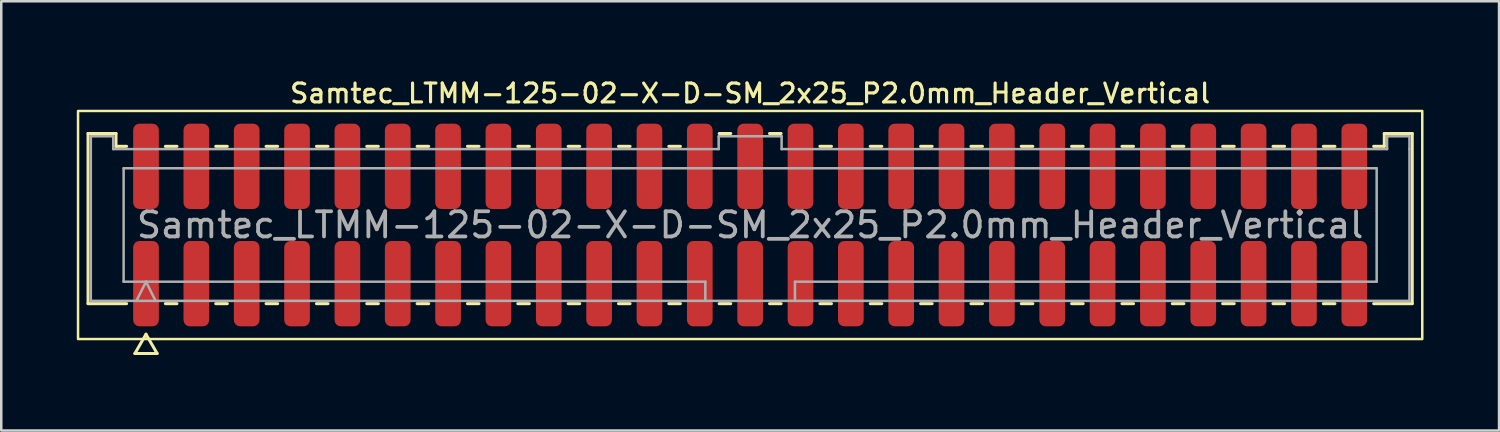
<source format=kicad_pcb>
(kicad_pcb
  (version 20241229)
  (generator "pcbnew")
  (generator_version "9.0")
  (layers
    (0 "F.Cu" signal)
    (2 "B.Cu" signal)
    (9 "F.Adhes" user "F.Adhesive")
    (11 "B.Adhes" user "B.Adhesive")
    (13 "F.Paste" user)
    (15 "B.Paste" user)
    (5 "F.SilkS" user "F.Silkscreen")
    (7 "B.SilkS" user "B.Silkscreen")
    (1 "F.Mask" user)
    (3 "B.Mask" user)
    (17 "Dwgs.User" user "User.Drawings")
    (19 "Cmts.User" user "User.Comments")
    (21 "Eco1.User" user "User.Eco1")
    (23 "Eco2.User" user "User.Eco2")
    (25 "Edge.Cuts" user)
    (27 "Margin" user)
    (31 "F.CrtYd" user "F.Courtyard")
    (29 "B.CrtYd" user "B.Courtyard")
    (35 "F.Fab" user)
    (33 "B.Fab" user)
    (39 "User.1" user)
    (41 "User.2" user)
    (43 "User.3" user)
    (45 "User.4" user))
  (footprint "Samtec_LTMM-125-02-X-D-SM_2x25_P2.0mm_Header_Vertical"
    (layer "F.Cu")
    (at 26.75 5.888)
    (property "Reference" "Samtec_LTMM-125-02-X-D-SM_2x25_P2.0mm_Header_Vertical" (at 0 -5.23 0) (layer "F.SilkS") (effects (font (size 0.75 0.75) (thickness 0.125))))
    (attr smd)
    (fp_line (start -26.302 -3.635) (end -25.192 -3.635) (stroke (width 0.12) (type solid)) (layer "F.SilkS"))
    (fp_line (start -26.302 3.125) (end -26.302 -3.635) (stroke (width 0.12) (type solid)) (layer "F.SilkS"))
    (fp_line (start -25.192 -3.635) (end -25.192 -3.125) (stroke (width 0.12) (type solid)) (layer "F.SilkS"))
    (fp_line (start -25.192 -3.125) (end -24.77 -3.125) (stroke (width 0.12) (type solid)) (layer "F.SilkS"))
    (fp_line (start -24.77 3.125) (end -26.302 3.125) (stroke (width 0.12) (type solid)) (layer "F.SilkS"))
    (fp_line (start -24.442 5.105) (end -24 4.34) (stroke (width 0.12) (type solid)) (layer "F.SilkS"))
    (fp_line (start -24 4.34) (end -23.558 5.105) (stroke (width 0.12) (type solid)) (layer "F.SilkS"))
    (fp_line (start -23.558 5.105) (end -24.442 5.105) (stroke (width 0.12) (type solid)) (layer "F.SilkS"))
    (fp_line (start -23.23 -3.125) (end -22.77 -3.125) (stroke (width 0.12) (type solid)) (layer "F.SilkS"))
    (fp_line (start -22.77 3.125) (end -23.23 3.125) (stroke (width 0.12) (type solid)) (layer "F.SilkS"))
    (fp_line (start -21.23 -3.125) (end -20.77 -3.125) (stroke (width 0.12) (type solid)) (layer "F.SilkS"))
    (fp_line (start -20.77 3.125) (end -21.23 3.125) (stroke (width 0.12) (type solid)) (layer "F.SilkS"))
    (fp_line (start -19.23 -3.125) (end -18.77 -3.125) (stroke (width 0.12) (type solid)) (layer "F.SilkS"))
    (fp_line (start -18.77 3.125) (end -19.23 3.125) (stroke (width 0.12) (type solid)) (layer "F.SilkS"))
    (fp_line (start -17.23 -3.125) (end -16.77 -3.125) (stroke (width 0.12) (type solid)) (layer "F.SilkS"))
    (fp_line (start -16.77 3.125) (end -17.23 3.125) (stroke (width 0.12) (type solid)) (layer "F.SilkS"))
    (fp_line (start -15.23 -3.125) (end -14.77 -3.125) (stroke (width 0.12) (type solid)) (layer "F.SilkS"))
    (fp_line (start -14.77 3.125) (end -15.23 3.125) (stroke (width 0.12) (type solid)) (layer "F.SilkS"))
    (fp_line (start -13.23 -3.125) (end -12.77 -3.125) (stroke (width 0.12) (type solid)) (layer "F.SilkS"))
    (fp_line (start -12.77 3.125) (end -13.23 3.125) (stroke (width 0.12) (type solid)) (layer "F.SilkS"))
    (fp_line (start -11.23 -3.125) (end -10.77 -3.125) (stroke (width 0.12) (type solid)) (layer "F.SilkS"))
    (fp_line (start -10.77 3.125) (end -11.23 3.125) (stroke (width 0.12) (type solid)) (layer "F.SilkS"))
    (fp_line (start -9.23 -3.125) (end -8.77 -3.125) (stroke (width 0.12) (type solid)) (layer "F.SilkS"))
    (fp_line (start -8.77 3.125) (end -9.23 3.125) (stroke (width 0.12) (type solid)) (layer "F.SilkS"))
    (fp_line (start -7.23 -3.125) (end -6.77 -3.125) (stroke (width 0.12) (type solid)) (layer "F.SilkS"))
    (fp_line (start -6.77 3.125) (end -7.23 3.125) (stroke (width 0.12) (type solid)) (layer "F.SilkS"))
    (fp_line (start -5.23 -3.125) (end -4.77 -3.125) (stroke (width 0.12) (type solid)) (layer "F.SilkS"))
    (fp_line (start -4.77 3.125) (end -5.23 3.125) (stroke (width 0.12) (type solid)) (layer "F.SilkS"))
    (fp_line (start -3.23 -3.125) (end -2.77 -3.125) (stroke (width 0.12) (type solid)) (layer "F.SilkS"))
    (fp_line (start -2.77 3.125) (end -3.23 3.125) (stroke (width 0.12) (type solid)) (layer "F.SilkS"))
    (fp_line (start -1.23 -3.635) (end -0.77 -3.635) (stroke (width 0.12) (type solid)) (layer "F.SilkS"))
    (fp_line (start -0.77 3.125) (end -1.23 3.125) (stroke (width 0.12) (type solid)) (layer "F.SilkS"))
    (fp_line (start 0.77 -3.635) (end 1.23 -3.635) (stroke (width 0.12) (type solid)) (layer "F.SilkS"))
    (fp_line (start 1.23 3.125) (end 0.77 3.125) (stroke (width 0.12) (type solid)) (layer "F.SilkS"))
    (fp_line (start 2.77 -3.125) (end 3.23 -3.125) (stroke (width 0.12) (type solid)) (layer "F.SilkS"))
    (fp_line (start 3.23 3.125) (end 2.77 3.125) (stroke (width 0.12) (type solid)) (layer "F.SilkS"))
    (fp_line (start 4.77 -3.125) (end 5.23 -3.125) (stroke (width 0.12) (type solid)) (layer "F.SilkS"))
    (fp_line (start 5.23 3.125) (end 4.77 3.125) (stroke (width 0.12) (type solid)) (layer "F.SilkS"))
    (fp_line (start 6.77 -3.125) (end 7.23 -3.125) (stroke (width 0.12) (type solid)) (layer "F.SilkS"))
    (fp_line (start 7.23 3.125) (end 6.77 3.125) (stroke (width 0.12) (type solid)) (layer "F.SilkS"))
    (fp_line (start 8.77 -3.125) (end 9.23 -3.125) (stroke (width 0.12) (type solid)) (layer "F.SilkS"))
    (fp_line (start 9.23 3.125) (end 8.77 3.125) (stroke (width 0.12) (type solid)) (layer "F.SilkS"))
    (fp_line (start 10.77 -3.125) (end 11.23 -3.125) (stroke (width 0.12) (type solid)) (layer "F.SilkS"))
    (fp_line (start 11.23 3.125) (end 10.77 3.125) (stroke (width 0.12) (type solid)) (layer "F.SilkS"))
    (fp_line (start 12.77 -3.125) (end 13.23 -3.125) (stroke (width 0.12) (type solid)) (layer "F.SilkS"))
    (fp_line (start 13.23 3.125) (end 12.77 3.125) (stroke (width 0.12) (type solid)) (layer "F.SilkS"))
    (fp_line (start 14.77 -3.125) (end 15.23 -3.125) (stroke (width 0.12) (type solid)) (layer "F.SilkS"))
    (fp_line (start 15.23 3.125) (end 14.77 3.125) (stroke (width 0.12) (type solid)) (layer "F.SilkS"))
    (fp_line (start 16.77 -3.125) (end 17.23 -3.125) (stroke (width 0.12) (type solid)) (layer "F.SilkS"))
    (fp_line (start 17.23 3.125) (end 16.77 3.125) (stroke (width 0.12) (type solid)) (layer "F.SilkS"))
    (fp_line (start 18.77 -3.125) (end 19.23 -3.125) (stroke (width 0.12) (type solid)) (layer "F.SilkS"))
    (fp_line (start 19.23 3.125) (end 18.77 3.125) (stroke (width 0.12) (type solid)) (layer "F.SilkS"))
    (fp_line (start 20.77 -3.125) (end 21.23 -3.125) (stroke (width 0.12) (type solid)) (layer "F.SilkS"))
    (fp_line (start 21.23 3.125) (end 20.77 3.125) (stroke (width 0.12) (type solid)) (layer "F.SilkS"))
    (fp_line (start 22.77 -3.125) (end 23.23 -3.125) (stroke (width 0.12) (type solid)) (layer "F.SilkS"))
    (fp_line (start 23.23 3.125) (end 22.77 3.125) (stroke (width 0.12) (type solid)) (layer "F.SilkS"))
    (fp_line (start 24.77 -3.125) (end 25.192 -3.125) (stroke (width 0.12) (type solid)) (layer "F.SilkS"))
    (fp_line (start 25.192 -3.635) (end 26.302 -3.635) (stroke (width 0.12) (type solid)) (layer "F.SilkS"))
    (fp_line (start 25.192 -3.125) (end 25.192 -3.635) (stroke (width 0.12) (type solid)) (layer "F.SilkS"))
    (fp_line (start 26.302 -3.635) (end 26.302 3.125) (stroke (width 0.12) (type solid)) (layer "F.SilkS"))
    (fp_line (start 26.302 3.125) (end 24.77 3.125) (stroke (width 0.12) (type solid)) (layer "F.SilkS"))
    (fp_rect (start -26.7 -4.53) (end 26.7 4.53) (stroke (width 0.1) (type solid)) (fill no) (layer "F.SilkS"))
    (fp_line (start -26.192 -3.525) (end -25.302 -3.525) (stroke (width 0.1) (type solid)) (layer "F.Fab"))
    (fp_line (start -26.192 3.015) (end -26.192 -3.525) (stroke (width 0.1) (type solid)) (layer "F.Fab"))
    (fp_line (start -25.302 -3.525) (end -25.302 -3.015) (stroke (width 0.1) (type solid)) (layer "F.Fab"))
    (fp_line (start -25.302 -3.015) (end -1.25 -3.015) (stroke (width 0.1) (type solid)) (layer "F.Fab"))
    (fp_line (start -24.889 -2.253) (end 24.889 -2.253) (stroke (width 0.1) (type solid)) (layer "F.Fab"))
    (fp_line (start -24.889 2.253) (end -24.889 -2.253) (stroke (width 0.1) (type solid)) (layer "F.Fab"))
    (fp_line (start -24.381 3.015) (end -24 2.253) (stroke (width 0.1) (type solid)) (layer "F.Fab"))
    (fp_line (start -24 2.253) (end -23.619 3.015) (stroke (width 0.1) (type solid)) (layer "F.Fab"))
    (fp_line (start -1.78 2.253) (end -24.889 2.253) (stroke (width 0.1) (type solid)) (layer "F.Fab"))
    (fp_line (start -1.78 3.015) (end -1.78 2.253) (stroke (width 0.1) (type solid)) (layer "F.Fab"))
    (fp_line (start -1.25 -3.525) (end 1.25 -3.525) (stroke (width 0.1) (type solid)) (layer "F.Fab"))
    (fp_line (start -1.25 -3.015) (end -1.25 -3.525) (stroke (width 0.1) (type solid)) (layer "F.Fab"))
    (fp_line (start 1.25 -3.525) (end 1.25 -3.015) (stroke (width 0.1) (type solid)) (layer "F.Fab"))
    (fp_line (start 1.25 -3.015) (end 25.302 -3.015) (stroke (width 0.1) (type solid)) (layer "F.Fab"))
    (fp_line (start 1.78 2.253) (end 1.78 3.015) (stroke (width 0.1) (type solid)) (layer "F.Fab"))
    (fp_line (start 24.889 -2.253) (end 24.889 2.253) (stroke (width 0.1) (type solid)) (layer "F.Fab"))
    (fp_line (start 24.889 2.253) (end 1.78 2.253) (stroke (width 0.1) (type solid)) (layer "F.Fab"))
    (fp_line (start 25.302 -3.525) (end 26.192 -3.525) (stroke (width 0.1) (type solid)) (layer "F.Fab"))
    (fp_line (start 25.302 -3.015) (end 25.302 -3.525) (stroke (width 0.1) (type solid)) (layer "F.Fab"))
    (fp_line (start 26.192 -3.525) (end 26.192 -3.015) (stroke (width 0.1) (type solid)) (layer "F.Fab"))
    (fp_line (start 26.192 -3.015) (end 26.192 3.015) (stroke (width 0.1) (type solid)) (layer "F.Fab"))
    (fp_line (start 26.192 3.015) (end -26.192 3.015) (stroke (width 0.1) (type solid)) (layer "F.Fab"))
    (fp_text user "${REFERENCE}" (at 0 0 0) (layer "F.Fab") (effects (font (size 1 1) (thickness 0.15))))
    (pad "1" smd roundrect (at -24 2.33) (size 1.02 3.39) (layers "F.Cu" "F.Mask" "F.Paste") (roundrect_rratio 0.245))
    (pad "2" smd roundrect (at -24 -2.33) (size 1.02 3.39) (layers "F.Cu" "F.Mask" "F.Paste") (roundrect_rratio 0.245))
    (pad "3" smd roundrect (at -22 2.33) (size 1.02 3.39) (layers "F.Cu" "F.Mask" "F.Paste") (roundrect_rratio 0.245))
    (pad "4" smd roundrect (at -22 -2.33) (size 1.02 3.39) (layers "F.Cu" "F.Mask" "F.Paste") (roundrect_rratio 0.245))
    (pad "5" smd roundrect (at -20 2.33) (size 1.02 3.39) (layers "F.Cu" "F.Mask" "F.Paste") (roundrect_rratio 0.245))
    (pad "6" smd roundrect (at -20 -2.33) (size 1.02 3.39) (layers "F.Cu" "F.Mask" "F.Paste") (roundrect_rratio 0.245))
    (pad "7" smd roundrect (at -18 2.33) (size 1.02 3.39) (layers "F.Cu" "F.Mask" "F.Paste") (roundrect_rratio 0.245))
    (pad "8" smd roundrect (at -18 -2.33) (size 1.02 3.39) (layers "F.Cu" "F.Mask" "F.Paste") (roundrect_rratio 0.245))
    (pad "9" smd roundrect (at -16 2.33) (size 1.02 3.39) (layers "F.Cu" "F.Mask" "F.Paste") (roundrect_rratio 0.245))
    (pad "10" smd roundrect (at -16 -2.33) (size 1.02 3.39) (layers "F.Cu" "F.Mask" "F.Paste") (roundrect_rratio 0.245))
    (pad "11" smd roundrect (at -14 2.33) (size 1.02 3.39) (layers "F.Cu" "F.Mask" "F.Paste") (roundrect_rratio 0.245))
    (pad "12" smd roundrect (at -14 -2.33) (size 1.02 3.39) (layers "F.Cu" "F.Mask" "F.Paste") (roundrect_rratio 0.245))
    (pad "13" smd roundrect (at -12 2.33) (size 1.02 3.39) (layers "F.Cu" "F.Mask" "F.Paste") (roundrect_rratio 0.245))
    (pad "14" smd roundrect (at -12 -2.33) (size 1.02 3.39) (layers "F.Cu" "F.Mask" "F.Paste") (roundrect_rratio 0.245))
    (pad "15" smd roundrect (at -10 2.33) (size 1.02 3.39) (layers "F.Cu" "F.Mask" "F.Paste") (roundrect_rratio 0.245))
    (pad "16" smd roundrect (at -10 -2.33) (size 1.02 3.39) (layers "F.Cu" "F.Mask" "F.Paste") (roundrect_rratio 0.245))
    (pad "17" smd roundrect (at -8 2.33) (size 1.02 3.39) (layers "F.Cu" "F.Mask" "F.Paste") (roundrect_rratio 0.245))
    (pad "18" smd roundrect (at -8 -2.33) (size 1.02 3.39) (layers "F.Cu" "F.Mask" "F.Paste") (roundrect_rratio 0.245))
    (pad "19" smd roundrect (at -6 2.33) (size 1.02 3.39) (layers "F.Cu" "F.Mask" "F.Paste") (roundrect_rratio 0.245))
    (pad "20" smd roundrect (at -6 -2.33) (size 1.02 3.39) (layers "F.Cu" "F.Mask" "F.Paste") (roundrect_rratio 0.245))
    (pad "21" smd roundrect (at -4 2.33) (size 1.02 3.39) (layers "F.Cu" "F.Mask" "F.Paste") (roundrect_rratio 0.245))
    (pad "22" smd roundrect (at -4 -2.33) (size 1.02 3.39) (layers "F.Cu" "F.Mask" "F.Paste") (roundrect_rratio 0.245))
    (pad "23" smd roundrect (at -2 2.33) (size 1.02 3.39) (layers "F.Cu" "F.Mask" "F.Paste") (roundrect_rratio 0.245))
    (pad "24" smd roundrect (at -2 -2.33) (size 1.02 3.39) (layers "F.Cu" "F.Mask" "F.Paste") (roundrect_rratio 0.245))
    (pad "25" smd roundrect (at 0 2.33) (size 1.02 3.39) (layers "F.Cu" "F.Mask" "F.Paste") (roundrect_rratio 0.245))
    (pad "26" smd roundrect (at 0 -2.33) (size 1.02 3.39) (layers "F.Cu" "F.Mask" "F.Paste") (roundrect_rratio 0.245))
    (pad "27" smd roundrect (at 2 2.33) (size 1.02 3.39) (layers "F.Cu" "F.Mask" "F.Paste") (roundrect_rratio 0.245))
    (pad "28" smd roundrect (at 2 -2.33) (size 1.02 3.39) (layers "F.Cu" "F.Mask" "F.Paste") (roundrect_rratio 0.245))
    (pad "29" smd roundrect (at 4 2.33) (size 1.02 3.39) (layers "F.Cu" "F.Mask" "F.Paste") (roundrect_rratio 0.245))
    (pad "30" smd roundrect (at 4 -2.33) (size 1.02 3.39) (layers "F.Cu" "F.Mask" "F.Paste") (roundrect_rratio 0.245))
    (pad "31" smd roundrect (at 6 2.33) (size 1.02 3.39) (layers "F.Cu" "F.Mask" "F.Paste") (roundrect_rratio 0.245))
    (pad "32" smd roundrect (at 6 -2.33) (size 1.02 3.39) (layers "F.Cu" "F.Mask" "F.Paste") (roundrect_rratio 0.245))
    (pad "33" smd roundrect (at 8 2.33) (size 1.02 3.39) (layers "F.Cu" "F.Mask" "F.Paste") (roundrect_rratio 0.245))
    (pad "34" smd roundrect (at 8 -2.33) (size 1.02 3.39) (layers "F.Cu" "F.Mask" "F.Paste") (roundrect_rratio 0.245))
    (pad "35" smd roundrect (at 10 2.33) (size 1.02 3.39) (layers "F.Cu" "F.Mask" "F.Paste") (roundrect_rratio 0.245))
    (pad "36" smd roundrect (at 10 -2.33) (size 1.02 3.39) (layers "F.Cu" "F.Mask" "F.Paste") (roundrect_rratio 0.245))
    (pad "37" smd roundrect (at 12 2.33) (size 1.02 3.39) (layers "F.Cu" "F.Mask" "F.Paste") (roundrect_rratio 0.245))
    (pad "38" smd roundrect (at 12 -2.33) (size 1.02 3.39) (layers "F.Cu" "F.Mask" "F.Paste") (roundrect_rratio 0.245))
    (pad "39" smd roundrect (at 14 2.33) (size 1.02 3.39) (layers "F.Cu" "F.Mask" "F.Paste") (roundrect_rratio 0.245))
    (pad "40" smd roundrect (at 14 -2.33) (size 1.02 3.39) (layers "F.Cu" "F.Mask" "F.Paste") (roundrect_rratio 0.245))
    (pad "41" smd roundrect (at 16 2.33) (size 1.02 3.39) (layers "F.Cu" "F.Mask" "F.Paste") (roundrect_rratio 0.245))
    (pad "42" smd roundrect (at 16 -2.33) (size 1.02 3.39) (layers "F.Cu" "F.Mask" "F.Paste") (roundrect_rratio 0.245))
    (pad "43" smd roundrect (at 18 2.33) (size 1.02 3.39) (layers "F.Cu" "F.Mask" "F.Paste") (roundrect_rratio 0.245))
    (pad "44" smd roundrect (at 18 -2.33) (size 1.02 3.39) (layers "F.Cu" "F.Mask" "F.Paste") (roundrect_rratio 0.245))
    (pad "45" smd roundrect (at 20 2.33) (size 1.02 3.39) (layers "F.Cu" "F.Mask" "F.Paste") (roundrect_rratio 0.245))
    (pad "46" smd roundrect (at 20 -2.33) (size 1.02 3.39) (layers "F.Cu" "F.Mask" "F.Paste") (roundrect_rratio 0.245))
    (pad "47" smd roundrect (at 22 2.33) (size 1.02 3.39) (layers "F.Cu" "F.Mask" "F.Paste") (roundrect_rratio 0.245))
    (pad "48" smd roundrect (at 22 -2.33) (size 1.02 3.39) (layers "F.Cu" "F.Mask" "F.Paste") (roundrect_rratio 0.245))
    (pad "49" smd roundrect (at 24 2.33) (size 1.02 3.39) (layers "F.Cu" "F.Mask" "F.Paste") (roundrect_rratio 0.245))
    (pad "50" smd roundrect (at 24 -2.33) (size 1.02 3.39) (layers "F.Cu" "F.Mask" "F.Paste") (roundrect_rratio 0.245)))
  (gr_rect
    (start -3 -3)
    (end 56.5 14.053)
    (stroke (width 0.1) (type default))
    (fill no)
    (layer "Edge.Cuts")))
</source>
